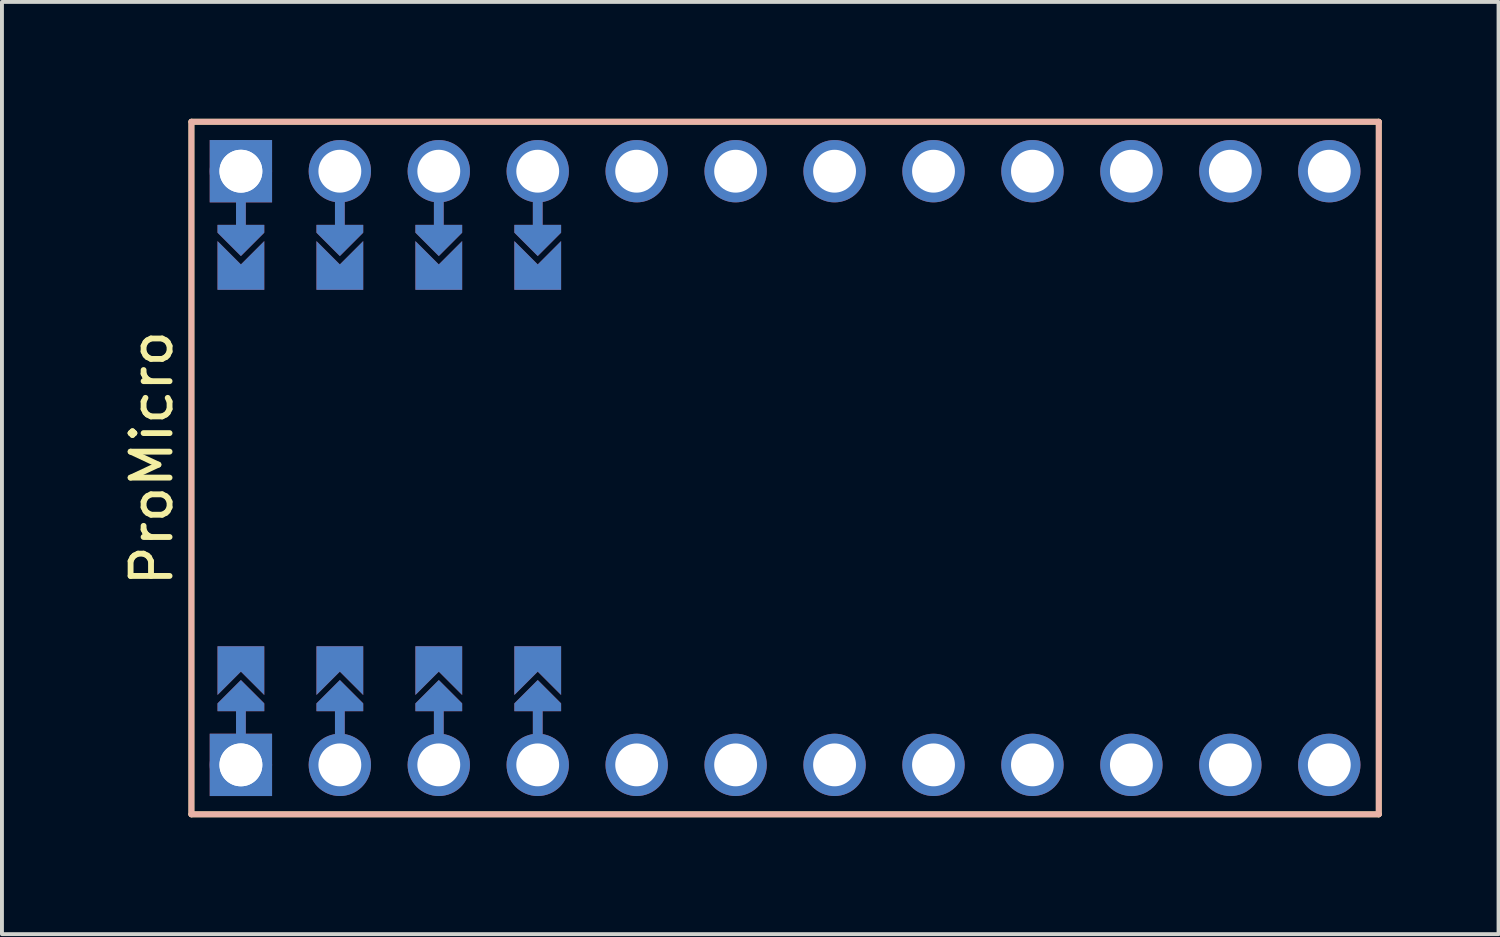
<source format=kicad_pcb>
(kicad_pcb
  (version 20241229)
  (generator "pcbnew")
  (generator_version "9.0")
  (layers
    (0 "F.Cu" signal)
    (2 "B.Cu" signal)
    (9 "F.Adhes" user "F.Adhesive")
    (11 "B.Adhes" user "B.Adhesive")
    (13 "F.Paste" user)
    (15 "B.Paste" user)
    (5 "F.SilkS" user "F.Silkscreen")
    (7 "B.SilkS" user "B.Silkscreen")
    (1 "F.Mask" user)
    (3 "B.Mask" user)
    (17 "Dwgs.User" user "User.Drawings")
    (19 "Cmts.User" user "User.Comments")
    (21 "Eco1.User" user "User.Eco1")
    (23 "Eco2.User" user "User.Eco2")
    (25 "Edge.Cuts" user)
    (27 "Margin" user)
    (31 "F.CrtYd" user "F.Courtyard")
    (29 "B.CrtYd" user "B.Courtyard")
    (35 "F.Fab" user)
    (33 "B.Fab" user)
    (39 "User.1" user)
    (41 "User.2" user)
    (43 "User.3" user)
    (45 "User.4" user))
  (footprint "ProMicro"
    (layer "F.Cu")
    (at 17.104 8.965)
    (property "Reference" "ProMicro" (at -16.256 -0.254 90) (layer "F.SilkS") (effects (font (size 1 1) (thickness 0.15))))
    (attr through_hole)
    (fp_poly (pts (xy -14.478 5.08) (xy -13.462 5.08) (xy -13.462 6.096) (xy -14.478 6.096)) (stroke (width 0.1) (type solid)) (fill yes) (layer "F.Mask"))
    (fp_poly (pts (xy -13.462 -5.08) (xy -14.478 -5.08) (xy -14.478 -6.096) (xy -13.462 -6.096)) (stroke (width 0.1) (type solid)) (fill yes) (layer "F.Mask"))
    (fp_poly (pts (xy -11.938 5.08) (xy -10.922 5.08) (xy -10.922 6.096) (xy -11.938 6.096)) (stroke (width 0.1) (type solid)) (fill yes) (layer "F.Mask"))
    (fp_poly (pts (xy -10.922 -5.08) (xy -11.938 -5.08) (xy -11.938 -6.096) (xy -10.922 -6.096)) (stroke (width 0.1) (type solid)) (fill yes) (layer "F.Mask"))
    (fp_poly (pts (xy -9.398 5.08) (xy -8.382 5.08) (xy -8.382 6.096) (xy -9.398 6.096)) (stroke (width 0.1) (type solid)) (fill yes) (layer "F.Mask"))
    (fp_poly (pts (xy -8.382 -5.08) (xy -9.398 -5.08) (xy -9.398 -6.096) (xy -8.382 -6.096)) (stroke (width 0.1) (type solid)) (fill yes) (layer "F.Mask"))
    (fp_poly (pts (xy -6.858 5.08) (xy -5.842 5.08) (xy -5.842 6.096) (xy -6.858 6.096)) (stroke (width 0.1) (type solid)) (fill yes) (layer "F.Mask"))
    (fp_poly (pts (xy -5.842 -5.08) (xy -6.858 -5.08) (xy -6.858 -6.096) (xy -5.842 -6.096)) (stroke (width 0.1) (type solid)) (fill yes) (layer "F.Mask"))
    (fp_poly (pts (xy -14.478 5.08) (xy -13.462 5.08) (xy -13.462 6.096) (xy -14.478 6.096)) (stroke (width 0.1) (type solid)) (fill yes) (layer "B.Mask"))
    (fp_poly (pts (xy -13.462 -5.08) (xy -14.478 -5.08) (xy -14.478 -6.096) (xy -13.462 -6.096)) (stroke (width 0.1) (type solid)) (fill yes) (layer "B.Mask"))
    (fp_poly (pts (xy -11.938 5.08) (xy -10.922 5.08) (xy -10.922 6.096) (xy -11.938 6.096)) (stroke (width 0.1) (type solid)) (fill yes) (layer "B.Mask"))
    (fp_poly (pts (xy -10.922 -5.08) (xy -11.938 -5.08) (xy -11.938 -6.096) (xy -10.922 -6.096)) (stroke (width 0.1) (type solid)) (fill yes) (layer "B.Mask"))
    (fp_poly (pts (xy -9.398 5.08) (xy -8.382 5.08) (xy -8.382 6.096) (xy -9.398 6.096)) (stroke (width 0.1) (type solid)) (fill yes) (layer "B.Mask"))
    (fp_poly (pts (xy -8.382 -5.08) (xy -9.398 -5.08) (xy -9.398 -6.096) (xy -8.382 -6.096)) (stroke (width 0.1) (type solid)) (fill yes) (layer "B.Mask"))
    (fp_poly (pts (xy -6.858 5.08) (xy -5.842 5.08) (xy -5.842 6.096) (xy -6.858 6.096)) (stroke (width 0.1) (type solid)) (fill yes) (layer "B.Mask"))
    (fp_poly (pts (xy -5.842 -5.08) (xy -6.858 -5.08) (xy -6.858 -6.096) (xy -5.842 -6.096)) (stroke (width 0.1) (type solid)) (fill yes) (layer "B.Mask"))
    (fp_line (start -15.24 -8.89) (end 15.24 -8.89) (stroke (width 0.15) (type solid)) (layer "F.SilkS"))
    (fp_line (start -15.24 8.89) (end -15.24 -8.89) (stroke (width 0.15) (type solid)) (layer "F.SilkS"))
    (fp_line (start -15.24 8.89) (end 15.24 8.89) (stroke (width 0.15) (type solid)) (layer "F.SilkS"))
    (fp_line (start 15.24 -8.89) (end 15.24 8.89) (stroke (width 0.15) (type solid)) (layer "F.SilkS"))
    (fp_line (start -15.24 -8.89) (end 15.24 -8.89) (stroke (width 0.15) (type solid)) (layer "B.SilkS"))
    (fp_line (start -15.24 8.89) (end -15.24 -8.89) (stroke (width 0.15) (type solid)) (layer "B.SilkS"))
    (fp_line (start -15.24 8.89) (end 15.24 8.89) (stroke (width 0.15) (type solid)) (layer "B.SilkS"))
    (fp_line (start 15.24 -8.89) (end 15.24 8.89) (stroke (width 0.15) (type solid)) (layer "B.SilkS"))
    (pad "" thru_hole circle (at -13.97 -7.62) (size 1.6 1.6) (drill 1.1) (layers "*.Cu" "*.Mask"))
    (pad "" thru_hole rect (at -13.97 -7.62) (size 1.6 1.6) (drill 1.1) (layers "B.Cu" "B.Mask"))
    (pad "" smd custom (at -13.97 -6.35) (size 0.25 1) (layers "F.Cu") (options (anchor rect)) (primitives))
    (pad "" smd custom (at -13.97 -6.35) (size 0.25 1) (layers "B.Cu") (options (anchor rect)) (primitives))
    (pad "" smd custom (at -13.97 -5.842) (size 0.1 0.1) (layers "F.Cu" "F.Mask") (options (anchor rect)) (primitives (gr_poly (pts (xy 0.6 -0.4) (xy -0.6 -0.4) (xy -0.6 -0.2) (xy 0 0.4) (xy 0.6 -0.2)) (width 0) (fill yes))))
    (pad "" smd custom (at -13.97 -5.842) (size 0.1 0.1) (layers "B.Cu" "B.Mask") (options (anchor rect)) (primitives (gr_poly (pts (xy 0.6 -0.4) (xy -0.6 -0.4) (xy -0.6 -0.2) (xy 0 0.4) (xy 0.6 -0.2)) (width 0) (fill yes))))
    (pad "" smd custom (at -13.97 5.842 180) (size 0.1 0.1) (layers "F.Cu" "F.Mask") (options (anchor rect)) (primitives (gr_poly (pts (xy 0.6 -0.4) (xy -0.6 -0.4) (xy -0.6 -0.2) (xy 0 0.4) (xy 0.6 -0.2)) (width 0) (fill yes))))
    (pad "" smd custom (at -13.97 5.842 180) (size 0.1 0.1) (layers "B.Cu" "B.Mask") (options (anchor rect)) (primitives (gr_poly (pts (xy 0.6 -0.4) (xy -0.6 -0.4) (xy -0.6 -0.2) (xy 0 0.4) (xy 0.6 -0.2)) (width 0) (fill yes))))
    (pad "" smd custom (at -13.97 6.35 180) (size 0.25 1) (layers "F.Cu") (options (anchor rect)) (primitives))
    (pad "" smd custom (at -13.97 6.35 180) (size 0.25 1) (layers "B.Cu") (options (anchor rect)) (primitives))
    (pad "" thru_hole circle (at -13.97 7.62) (size 1.6 1.6) (drill 1.1) (layers "*.Cu" "*.Mask"))
    (pad "" thru_hole rect (at -13.97 7.62) (size 1.6 1.6) (drill 1.1) (layers "F.Cu" "F.Mask"))
    (pad "" thru_hole circle (at -11.43 -7.62) (size 1.6 1.6) (drill 1.1) (layers "*.Cu" "*.Mask"))
    (pad "" smd custom (at -11.43 -6.35) (size 0.25 1) (layers "F.Cu") (options (anchor rect)) (primitives))
    (pad "" smd custom (at -11.43 -6.35) (size 0.25 1) (layers "B.Cu") (options (anchor rect)) (primitives))
    (pad "" smd custom (at -11.43 -5.842) (size 0.1 0.1) (layers "F.Cu" "F.Mask") (options (anchor rect)) (primitives (gr_poly (pts (xy 0.6 -0.4) (xy -0.6 -0.4) (xy -0.6 -0.2) (xy 0 0.4) (xy 0.6 -0.2)) (width 0) (fill yes))))
    (pad "" smd custom (at -11.43 -5.842) (size 0.1 0.1) (layers "B.Cu" "B.Mask") (options (anchor rect)) (primitives (gr_poly (pts (xy 0.6 -0.4) (xy -0.6 -0.4) (xy -0.6 -0.2) (xy 0 0.4) (xy 0.6 -0.2)) (width 0) (fill yes))))
    (pad "" smd custom (at -11.43 5.842 180) (size 0.1 0.1) (layers "F.Cu" "F.Mask") (options (anchor rect)) (primitives (gr_poly (pts (xy 0.6 -0.4) (xy -0.6 -0.4) (xy -0.6 -0.2) (xy 0 0.4) (xy 0.6 -0.2)) (width 0) (fill yes))))
    (pad "" smd custom (at -11.43 5.842 180) (size 0.1 0.1) (layers "B.Cu" "B.Mask") (options (anchor rect)) (primitives (gr_poly (pts (xy 0.6 -0.4) (xy -0.6 -0.4) (xy -0.6 -0.2) (xy 0 0.4) (xy 0.6 -0.2)) (width 0) (fill yes))))
    (pad "" smd custom (at -11.43 6.35 180) (size 0.25 1) (layers "F.Cu") (options (anchor rect)) (primitives))
    (pad "" smd custom (at -11.43 6.35 180) (size 0.25 1) (layers "B.Cu") (options (anchor rect)) (primitives))
    (pad "" thru_hole circle (at -11.43 7.62) (size 1.6 1.6) (drill 1.1) (layers "*.Cu" "*.Mask"))
    (pad "" thru_hole circle (at -8.89 -7.62) (size 1.6 1.6) (drill 1.1) (layers "*.Cu" "*.Mask"))
    (pad "" smd custom (at -8.89 -6.35) (size 0.25 1) (layers "F.Cu") (options (anchor rect)) (primitives))
    (pad "" smd custom (at -8.89 -6.35) (size 0.25 1) (layers "B.Cu") (options (anchor rect)) (primitives))
    (pad "" smd custom (at -8.89 -5.842) (size 0.1 0.1) (layers "F.Cu" "F.Mask") (options (anchor rect)) (primitives (gr_poly (pts (xy 0.6 -0.4) (xy -0.6 -0.4) (xy -0.6 -0.2) (xy 0 0.4) (xy 0.6 -0.2)) (width 0) (fill yes))))
    (pad "" smd custom (at -8.89 -5.842) (size 0.1 0.1) (layers "B.Cu" "B.Mask") (options (anchor rect)) (primitives (gr_poly (pts (xy 0.6 -0.4) (xy -0.6 -0.4) (xy -0.6 -0.2) (xy 0 0.4) (xy 0.6 -0.2)) (width 0) (fill yes))))
    (pad "" smd custom (at -8.89 5.842 180) (size 0.1 0.1) (layers "F.Cu" "F.Mask") (options (anchor rect)) (primitives (gr_poly (pts (xy 0.6 -0.4) (xy -0.6 -0.4) (xy -0.6 -0.2) (xy 0 0.4) (xy 0.6 -0.2)) (width 0) (fill yes))))
    (pad "" smd custom (at -8.89 5.842 180) (size 0.1 0.1) (layers "B.Cu" "B.Mask") (options (anchor rect)) (primitives (gr_poly (pts (xy 0.6 -0.4) (xy -0.6 -0.4) (xy -0.6 -0.2) (xy 0 0.4) (xy 0.6 -0.2)) (width 0) (fill yes))))
    (pad "" smd custom (at -8.89 6.35 180) (size 0.25 1) (layers "F.Cu") (options (anchor rect)) (primitives))
    (pad "" smd custom (at -8.89 6.35 180) (size 0.25 1) (layers "B.Cu") (options (anchor rect)) (primitives))
    (pad "" thru_hole circle (at -8.89 7.62) (size 1.6 1.6) (drill 1.1) (layers "*.Cu" "*.Mask"))
    (pad "" thru_hole circle (at -6.35 -7.62) (size 1.6 1.6) (drill 1.1) (layers "*.Cu" "*.Mask"))
    (pad "" smd custom (at -6.35 -6.35) (size 0.25 1) (layers "F.Cu") (options (anchor rect)) (primitives))
    (pad "" smd custom (at -6.35 -6.35) (size 0.25 1) (layers "B.Cu") (options (anchor rect)) (primitives))
    (pad "" smd custom (at -6.35 -5.842) (size 0.1 0.1) (layers "F.Cu" "F.Mask") (options (anchor rect)) (primitives (gr_poly (pts (xy 0.6 -0.4) (xy -0.6 -0.4) (xy -0.6 -0.2) (xy 0 0.4) (xy 0.6 -0.2)) (width 0) (fill yes))))
    (pad "" smd custom (at -6.35 -5.842) (size 0.1 0.1) (layers "B.Cu" "B.Mask") (options (anchor rect)) (primitives (gr_poly (pts (xy 0.6 -0.4) (xy -0.6 -0.4) (xy -0.6 -0.2) (xy 0 0.4) (xy 0.6 -0.2)) (width 0) (fill yes))))
    (pad "" smd custom (at -6.35 5.842 180) (size 0.1 0.1) (layers "F.Cu" "F.Mask") (options (anchor rect)) (primitives (gr_poly (pts (xy 0.6 -0.4) (xy -0.6 -0.4) (xy -0.6 -0.2) (xy 0 0.4) (xy 0.6 -0.2)) (width 0) (fill yes))))
    (pad "" smd custom (at -6.35 5.842 180) (size 0.1 0.1) (layers "B.Cu" "B.Mask") (options (anchor rect)) (primitives (gr_poly (pts (xy 0.6 -0.4) (xy -0.6 -0.4) (xy -0.6 -0.2) (xy 0 0.4) (xy 0.6 -0.2)) (width 0) (fill yes))))
    (pad "" smd custom (at -6.35 6.35 180) (size 0.25 1) (layers "F.Cu") (options (anchor rect)) (primitives))
    (pad "" smd custom (at -6.35 6.35 180) (size 0.25 1) (layers "B.Cu") (options (anchor rect)) (primitives))
    (pad "" thru_hole circle (at -6.35 7.62) (size 1.6 1.6) (drill 1.1) (layers "*.Cu" "*.Mask"))
    (pad "1" smd custom (at -13.97 -4.826) (size 1.2 0.5) (layers "F.Cu" "F.Mask") (options (anchor rect)) (primitives (gr_poly (pts (xy 0.6 0) (xy -0.6 0) (xy -0.6 -1) (xy 0 -0.4) (xy 0.6 -1)) (width 0) (fill yes))))
    (pad "1" smd custom (at -13.97 4.826 180) (size 1.2 0.5) (layers "B.Cu" "B.Mask") (options (anchor rect)) (primitives (gr_poly (pts (xy 0.6 0) (xy -0.6 0) (xy -0.6 -1) (xy 0 -0.4) (xy 0.6 -1)) (width 0) (fill yes))))
    (pad "2" smd custom (at -11.43 -4.826) (size 1.2 0.5) (layers "F.Cu" "F.Mask") (options (anchor rect)) (primitives (gr_poly (pts (xy 0.6 0) (xy -0.6 0) (xy -0.6 -1) (xy 0 -0.4) (xy 0.6 -1)) (width 0) (fill yes))))
    (pad "2" smd custom (at -11.43 4.826 180) (size 1.2 0.5) (layers "B.Cu" "B.Mask") (options (anchor rect)) (primitives (gr_poly (pts (xy 0.6 0) (xy -0.6 0) (xy -0.6 -1) (xy 0 -0.4) (xy 0.6 -1)) (width 0) (fill yes))))
    (pad "3" smd custom (at -8.89 -4.826) (size 1.2 0.5) (layers "F.Cu" "F.Mask") (options (anchor rect)) (primitives (gr_poly (pts (xy 0.6 0) (xy -0.6 0) (xy -0.6 -1) (xy 0 -0.4) (xy 0.6 -1)) (width 0) (fill yes))))
    (pad "3" smd custom (at -8.89 4.826 180) (size 1.2 0.5) (layers "B.Cu" "B.Mask") (options (anchor rect)) (primitives (gr_poly (pts (xy 0.6 0) (xy -0.6 0) (xy -0.6 -1) (xy 0 -0.4) (xy 0.6 -1)) (width 0) (fill yes))))
    (pad "4" smd custom (at -6.35 -4.826) (size 1.2 0.5) (layers "F.Cu" "F.Mask") (options (anchor rect)) (primitives (gr_poly (pts (xy 0.6 0) (xy -0.6 0) (xy -0.6 -1) (xy 0 -0.4) (xy 0.6 -1)) (width 0) (fill yes))))
    (pad "4" smd custom (at -6.35 4.826 180) (size 1.2 0.5) (layers "B.Cu" "B.Mask") (options (anchor rect)) (primitives (gr_poly (pts (xy 0.6 0) (xy -0.6 0) (xy -0.6 -1) (xy 0 -0.4) (xy 0.6 -1)) (width 0) (fill yes))))
    (pad "5" thru_hole circle (at -3.81 -7.62) (size 1.6 1.6) (drill 1.1) (layers "*.Cu" "*.Mask"))
    (pad "6" thru_hole circle (at -1.27 -7.62) (size 1.6 1.6) (drill 1.1) (layers "*.Cu" "*.Mask"))
    (pad "7" thru_hole circle (at 1.27 -7.62) (size 1.6 1.6) (drill 1.1) (layers "*.Cu" "*.Mask"))
    (pad "8" thru_hole circle (at 3.81 -7.62) (size 1.6 1.6) (drill 1.1) (layers "*.Cu" "*.Mask"))
    (pad "9" thru_hole circle (at 6.35 -7.62) (size 1.6 1.6) (drill 1.1) (layers "*.Cu" "*.Mask"))
    (pad "10" thru_hole circle (at 8.89 -7.62) (size 1.6 1.6) (drill 1.1) (layers "*.Cu" "*.Mask"))
    (pad "11" thru_hole circle (at 11.43 -7.62) (size 1.6 1.6) (drill 1.1) (layers "*.Cu" "*.Mask"))
    (pad "12" thru_hole circle (at 13.97 -7.62) (size 1.6 1.6) (drill 1.1) (layers "*.Cu" "*.Mask"))
    (pad "13" thru_hole circle (at 13.97 7.62) (size 1.6 1.6) (drill 1.1) (layers "*.Cu" "*.Mask"))
    (pad "14" thru_hole circle (at 11.43 7.62) (size 1.6 1.6) (drill 1.1) (layers "*.Cu" "*.Mask"))
    (pad "15" thru_hole circle (at 8.89 7.62) (size 1.6 1.6) (drill 1.1) (layers "*.Cu" "*.Mask"))
    (pad "16" thru_hole circle (at 6.35 7.62) (size 1.6 1.6) (drill 1.1) (layers "*.Cu" "*.Mask"))
    (pad "17" thru_hole circle (at 3.81 7.62) (size 1.6 1.6) (drill 1.1) (layers "*.Cu" "*.Mask"))
    (pad "18" thru_hole circle (at 1.27 7.62) (size 1.6 1.6) (drill 1.1) (layers "*.Cu" "*.Mask"))
    (pad "19" thru_hole circle (at -1.27 7.62) (size 1.6 1.6) (drill 1.1) (layers "*.Cu" "*.Mask"))
    (pad "20" thru_hole circle (at -3.81 7.62) (size 1.6 1.6) (drill 1.1) (layers "*.Cu" "*.Mask"))
    (pad "21" smd custom (at -6.35 -4.826) (size 1.2 0.5) (layers "B.Cu" "B.Mask") (options (anchor rect)) (primitives (gr_poly (pts (xy 0.6 0) (xy -0.6 0) (xy -0.6 -1) (xy 0 -0.4) (xy 0.6 -1)) (width 0) (fill yes))))
    (pad "21" smd custom (at -6.35 4.826 180) (size 1.2 0.5) (layers "F.Cu" "F.Mask") (options (anchor rect)) (primitives (gr_poly (pts (xy 0.6 0) (xy -0.6 0) (xy -0.6 -1) (xy 0 -0.4) (xy 0.6 -1)) (width 0) (fill yes))))
    (pad "22" smd custom (at -8.89 -4.826) (size 1.2 0.5) (layers "B.Cu" "B.Mask") (options (anchor rect)) (primitives (gr_poly (pts (xy 0.6 0) (xy -0.6 0) (xy -0.6 -1) (xy 0 -0.4) (xy 0.6 -1)) (width 0) (fill yes))))
    (pad "22" smd custom (at -8.89 4.826 180) (size 1.2 0.5) (layers "F.Cu" "F.Mask") (options (anchor rect)) (primitives (gr_poly (pts (xy 0.6 0) (xy -0.6 0) (xy -0.6 -1) (xy 0 -0.4) (xy 0.6 -1)) (width 0) (fill yes))))
    (pad "23" smd custom (at -11.43 -4.826) (size 1.2 0.5) (layers "B.Cu" "B.Mask") (options (anchor rect)) (primitives (gr_poly (pts (xy 0.6 0) (xy -0.6 0) (xy -0.6 -1) (xy 0 -0.4) (xy 0.6 -1)) (width 0) (fill yes))))
    (pad "23" smd custom (at -11.43 4.826 180) (size 1.2 0.5) (layers "F.Cu" "F.Mask") (options (anchor rect)) (primitives (gr_poly (pts (xy 0.6 0) (xy -0.6 0) (xy -0.6 -1) (xy 0 -0.4) (xy 0.6 -1)) (width 0) (fill yes))))
    (pad "24" smd custom (at -13.97 -4.826) (size 1.2 0.5) (layers "B.Cu" "B.Mask") (options (anchor rect)) (primitives (gr_poly (pts (xy 0.6 0) (xy -0.6 0) (xy -0.6 -1) (xy 0 -0.4) (xy 0.6 -1)) (width 0) (fill yes))))
    (pad "24" smd custom (at -13.97 4.826 180) (size 1.2 0.5) (layers "F.Cu" "F.Mask") (options (anchor rect)) (primitives (gr_poly (pts (xy 0.6 0) (xy -0.6 0) (xy -0.6 -1) (xy 0 -0.4) (xy 0.6 -1)) (width 0) (fill yes)))))
  (gr_rect
    (start -3 -3)
    (end 35.419 20.93)
    (stroke (width 0.1) (type default))
    (fill no)
    (layer "Edge.Cuts")))
</source>
